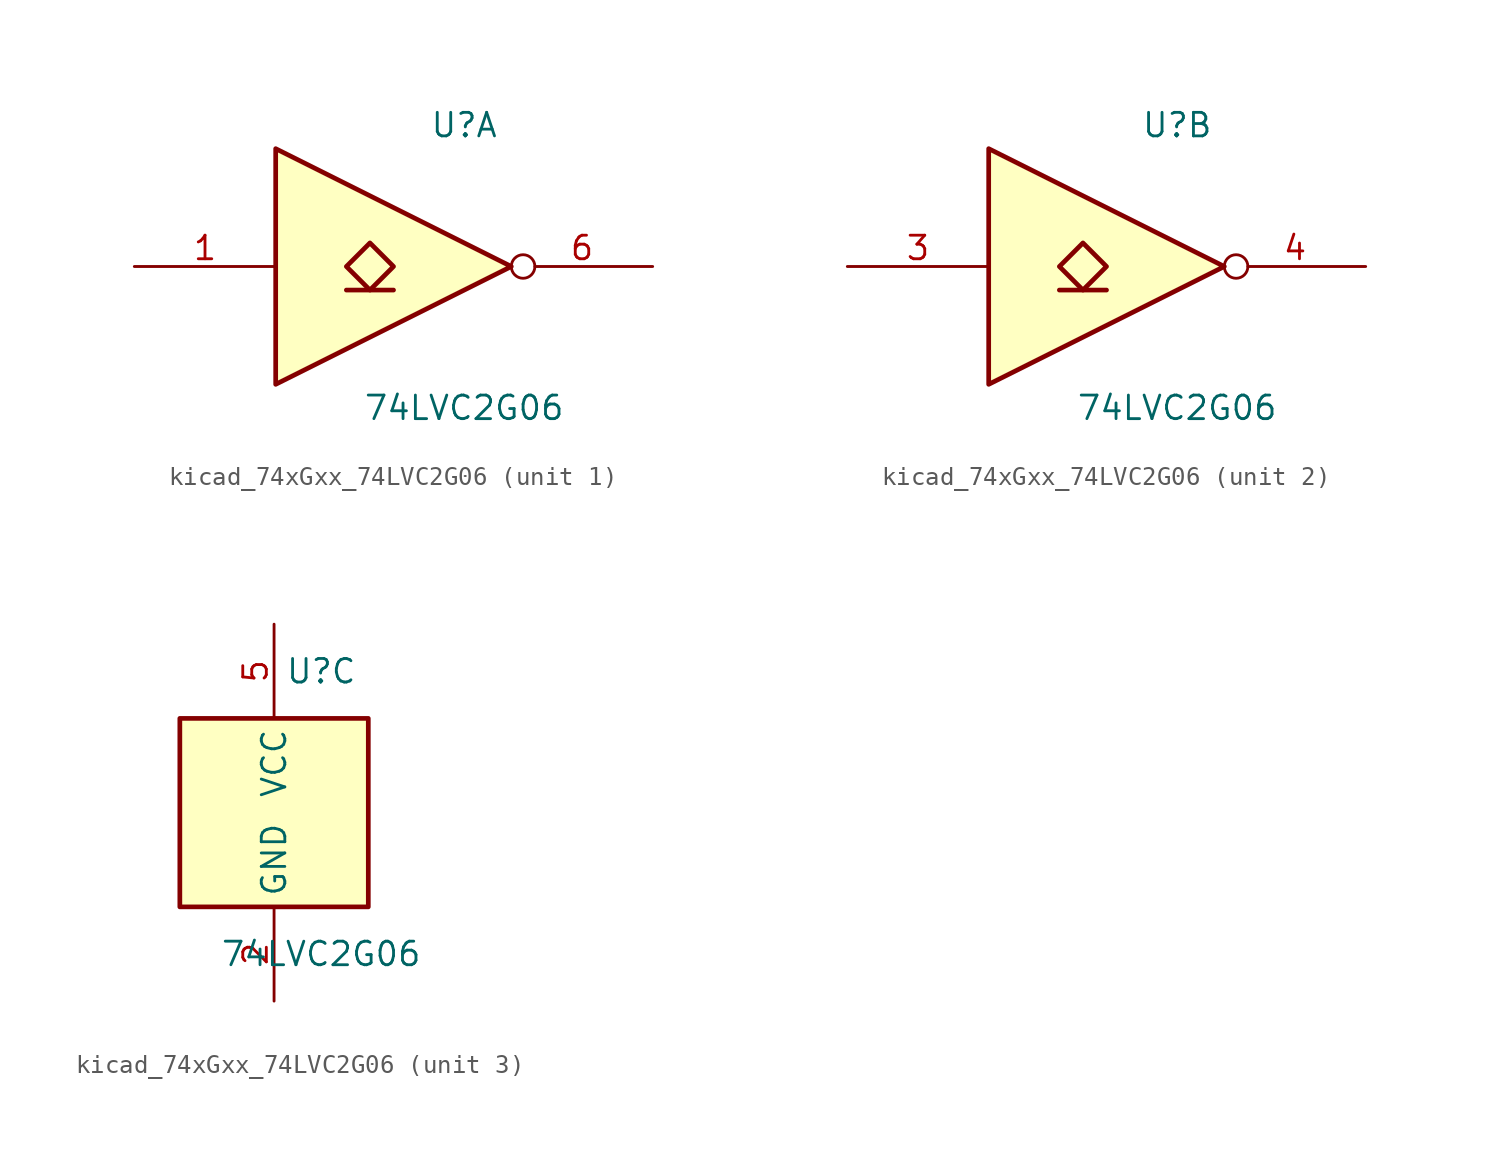
<source format=kicad_sym>
(kicad_symbol_lib
  (version 20220914)
  (generator kicad_symbol_editor)
  (symbol "kicad_74xGxx_74LVC2G06"
    (property "Reference" "U"
      (at 2.54 7.62 0)
      (effects (font (size 1.27 1.27))))
    (property "Value" "74LVC2G06"
      (at 2.54 -7.62 0)
      (effects (font (size 1.27 1.27))))
    (symbol "kicad_74xGxx_74LVC2G06_1_1"
      (polyline (pts (xy -3.81 -1.27) (xy -1.27 -1.27)) (stroke (width 0.254) (type default)) (fill (type background)))
      (polyline (pts (xy -7.62 6.35) (xy -7.62 -6.35) (xy 5.08 0) (xy -7.62 6.35)) (stroke (width 0.254) (type default)) (fill (type background)))
      (polyline (pts (xy -2.54 1.27) (xy -3.81 0) (xy -2.54 -1.27) (xy -1.27 0) (xy -2.54 1.27)) (stroke (width 0.254) (type default)) (fill (type background)))
      (pin input line (at -15.24 0 0) (length 7.62) (name "~" (effects (font (size 1.27 1.27)))) (number "1" (effects (font (size 1.27 1.27)))))
      (pin open_collector inverted (at 12.7 0 180) (length 7.62) (name "~" (effects (font (size 1.27 1.27)))) (number "6" (effects (font (size 1.27 1.27))))))
    (symbol "kicad_74xGxx_74LVC2G06_2_1"
      (polyline (pts (xy -3.81 -1.27) (xy -1.27 -1.27)) (stroke (width 0.254) (type default)) (fill (type background)))
      (polyline (pts (xy -7.62 6.35) (xy -7.62 -6.35) (xy 5.08 0) (xy -7.62 6.35)) (stroke (width 0.254) (type default)) (fill (type background)))
      (polyline (pts (xy -2.54 1.27) (xy -3.81 0) (xy -2.54 -1.27) (xy -1.27 0) (xy -2.54 1.27)) (stroke (width 0.254) (type default)) (fill (type background)))
      (pin input line (at -15.24 0 0) (length 7.62) (name "~" (effects (font (size 1.27 1.27)))) (number "3" (effects (font (size 1.27 1.27)))))
      (pin open_collector inverted (at 12.7 0 180) (length 7.62) (name "~" (effects (font (size 1.27 1.27)))) (number "4" (effects (font (size 1.27 1.27))))))
    (symbol "kicad_74xGxx_74LVC2G06_3_0"
      (rectangle (start -5.08 -5.08) (end 5.08 5.08) (stroke (width 0.254) (type default)) (fill (type background))))
    (symbol "kicad_74xGxx_74LVC2G06_3_1"
      (pin power_in line (at 0 -10.16 90) (length 5.08) (name "GND" (effects (font (size 1.27 1.27)))) (number "2" (effects (font (size 1.27 1.27)))))
      (pin power_in line (at 0 10.16 270) (length 5.08) (name "VCC" (effects (font (size 1.27 1.27)))) (number "5" (effects (font (size 1.27 1.27))))))))
</source>
